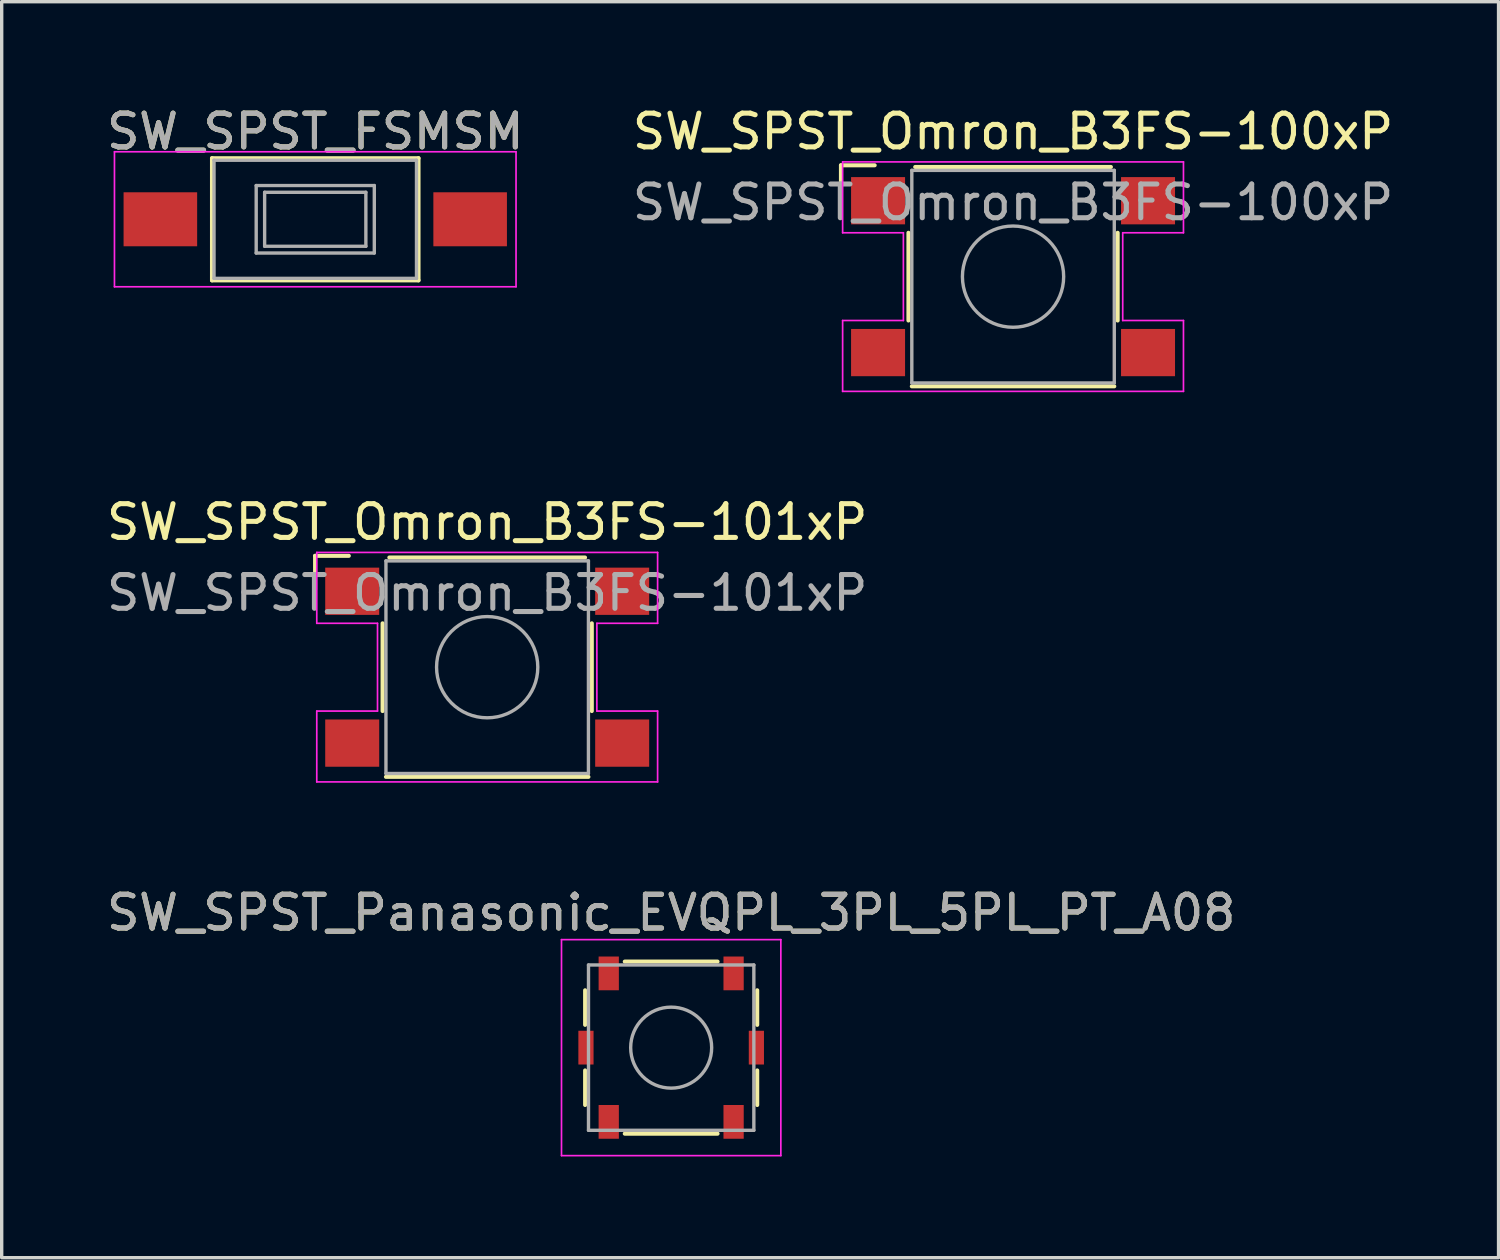
<source format=kicad_pcb>
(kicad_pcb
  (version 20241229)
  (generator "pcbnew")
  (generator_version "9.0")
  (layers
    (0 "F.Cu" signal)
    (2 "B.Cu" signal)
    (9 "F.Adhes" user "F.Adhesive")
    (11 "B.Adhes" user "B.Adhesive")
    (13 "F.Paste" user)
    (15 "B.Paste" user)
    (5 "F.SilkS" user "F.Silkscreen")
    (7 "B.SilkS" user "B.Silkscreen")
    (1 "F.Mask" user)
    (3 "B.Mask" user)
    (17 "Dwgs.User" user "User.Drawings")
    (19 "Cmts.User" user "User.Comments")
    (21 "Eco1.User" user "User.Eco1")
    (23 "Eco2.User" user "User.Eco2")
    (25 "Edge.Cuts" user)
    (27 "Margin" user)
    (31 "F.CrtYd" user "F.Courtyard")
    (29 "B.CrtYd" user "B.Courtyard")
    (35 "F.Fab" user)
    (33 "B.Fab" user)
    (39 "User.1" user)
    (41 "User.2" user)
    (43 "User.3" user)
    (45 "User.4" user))
  (footprint "SW_SPST_Omron_B3FS-100xP"
    (layer "F.Cu")
    (at 26.97 5.148)
    (property "Reference" "SW_SPST_Omron_B3FS-100xP" (at 0 -4.3 0) (layer "F.SilkS") (effects (font (size 1 1) (thickness 0.15))))
    (attr smd)
    (fp_line (start -5.1 -3.3) (end -4.1 -3.3) (stroke (width 0.12) (type solid)) (layer "F.SilkS"))
    (fp_line (start -5.1 -2.3) (end -5.1 -3.3) (stroke (width 0.12) (type solid)) (layer "F.SilkS"))
    (fp_line (start -3.1 -1.3) (end -3.1 1.3) (stroke (width 0.12) (type solid)) (layer "F.SilkS"))
    (fp_line (start 2.9 -3.25) (end -2.9 -3.25) (stroke (width 0.12) (type solid)) (layer "F.SilkS"))
    (fp_line (start 3 3.25) (end -3 3.25) (stroke (width 0.12) (type solid)) (layer "F.SilkS"))
    (fp_line (start 3.1 -1.3) (end 3.1 1.3) (stroke (width 0.12) (type solid)) (layer "F.SilkS"))
    (fp_line (start -5.05 -3.4) (end 5.05 -3.4) (stroke (width 0.05) (type solid)) (layer "F.CrtYd"))
    (fp_line (start -5.05 -1.3) (end -5.05 -3.4) (stroke (width 0.05) (type solid)) (layer "F.CrtYd"))
    (fp_line (start -5.05 1.3) (end -3.25 1.3) (stroke (width 0.05) (type solid)) (layer "F.CrtYd"))
    (fp_line (start -5.05 3.4) (end -5.05 1.3) (stroke (width 0.05) (type solid)) (layer "F.CrtYd"))
    (fp_line (start -3.25 -1.3) (end -5.05 -1.3) (stroke (width 0.05) (type solid)) (layer "F.CrtYd"))
    (fp_line (start -3.25 1.3) (end -3.25 -1.3) (stroke (width 0.05) (type solid)) (layer "F.CrtYd"))
    (fp_line (start 3.25 -1.3) (end 3.25 1.3) (stroke (width 0.05) (type solid)) (layer "F.CrtYd"))
    (fp_line (start 3.25 1.3) (end 5.05 1.3) (stroke (width 0.05) (type solid)) (layer "F.CrtYd"))
    (fp_line (start 5.05 -3.4) (end 5.05 -1.3) (stroke (width 0.05) (type solid)) (layer "F.CrtYd"))
    (fp_line (start 5.05 -1.3) (end 3.25 -1.3) (stroke (width 0.05) (type solid)) (layer "F.CrtYd"))
    (fp_line (start 5.05 1.3) (end 5.05 3.4) (stroke (width 0.05) (type solid)) (layer "F.CrtYd"))
    (fp_line (start 5.05 3.4) (end -5.05 3.4) (stroke (width 0.05) (type solid)) (layer "F.CrtYd"))
    (fp_line (start -3 -3.15) (end 3 -3.15) (stroke (width 0.1) (type solid)) (layer "F.Fab"))
    (fp_line (start -3 3.15) (end -3 -3.15) (stroke (width 0.1) (type solid)) (layer "F.Fab"))
    (fp_line (start 3 -3.15) (end 3 3.15) (stroke (width 0.1) (type solid)) (layer "F.Fab"))
    (fp_line (start 3 3.15) (end -3 3.15) (stroke (width 0.1) (type solid)) (layer "F.Fab"))
    (fp_circle (center 0 0) (end 1.5 0) (stroke (width 0.1) (type solid)) (fill no) (layer "F.Fab"))
    (fp_text user "${REFERENCE}" (at 0 -2.2 0) (layer "F.Fab") (effects (font (size 1 1) (thickness 0.15))))
    (pad "1" smd rect (at -4 -2.25 180) (size 1.6 1.4) (layers "F.Cu" "F.Mask" "F.Paste"))
    (pad "1" smd rect (at 4 -2.25 180) (size 1.6 1.4) (layers "F.Cu" "F.Mask" "F.Paste"))
    (pad "2" smd rect (at -4 2.25 180) (size 1.6 1.4) (layers "F.Cu" "F.Mask" "F.Paste"))
    (pad "2" smd rect (at 4 2.25 180) (size 1.6 1.4) (layers "F.Cu" "F.Mask" "F.Paste")))
  (footprint "SW_SPST_Panasonic_EVQPL_3PL_5PL_PT_A08"
    (layer "F.Cu")
    (at 16.839 27.995)
    (property "Reference" "SW_SPST_Panasonic_EVQPL_3PL_5PL_PT_A08" (at 0 -4 0) (layer "F.SilkS") (effects (font (size 1 1) (thickness 0.15))))
    (attr smd)
    (fp_line (start -2.55 -1.7) (end -2.55 -0.675) (stroke (width 0.12) (type solid)) (layer "F.SilkS"))
    (fp_line (start -2.55 0.675) (end -2.55 1.7) (stroke (width 0.12) (type solid)) (layer "F.SilkS"))
    (fp_line (start -1.375 -2.55) (end 1.375 -2.55) (stroke (width 0.12) (type solid)) (layer "F.SilkS"))
    (fp_line (start -1.375 2.55) (end 1.375 2.55) (stroke (width 0.12) (type solid)) (layer "F.SilkS"))
    (fp_line (start 2.55 -1.7) (end 2.55 -0.675) (stroke (width 0.12) (type solid)) (layer "F.SilkS"))
    (fp_line (start 2.55 0.675) (end 2.55 1.7) (stroke (width 0.12) (type solid)) (layer "F.SilkS"))
    (fp_line (start -3.25 -3.2) (end 3.25 -3.2) (stroke (width 0.05) (type solid)) (layer "F.CrtYd"))
    (fp_line (start -3.25 3.2) (end -3.25 -3.2) (stroke (width 0.05) (type solid)) (layer "F.CrtYd"))
    (fp_line (start -3.25 3.2) (end 3.25 3.2) (stroke (width 0.05) (type solid)) (layer "F.CrtYd"))
    (fp_line (start 3.25 3.2) (end 3.25 -3.2) (stroke (width 0.05) (type solid)) (layer "F.CrtYd"))
    (fp_line (start -2.45 -2.45) (end -2.45 2.45) (stroke (width 0.1) (type solid)) (layer "F.Fab"))
    (fp_line (start -2.45 -2.45) (end 2.45 -2.45) (stroke (width 0.1) (type solid)) (layer "F.Fab"))
    (fp_line (start 2.45 -2.45) (end 2.45 2.45) (stroke (width 0.1) (type solid)) (layer "F.Fab"))
    (fp_line (start 2.45 2.45) (end -2.45 2.45) (stroke (width 0.1) (type solid)) (layer "F.Fab"))
    (fp_circle (center 0 0) (end 1.2 0) (stroke (width 0.1) (type solid)) (fill no) (layer "F.Fab"))
    (fp_text user "${REFERENCE}" (at 0 -4 0) (layer "F.Fab") (effects (font (size 1 1) (thickness 0.15))))
    (pad "0" smd rect (at -2.525 0) (size 0.45 1) (layers "F.Cu" "F.Mask" "F.Paste"))
    (pad "0" smd rect (at 2.525 0) (size 0.45 1) (layers "F.Cu" "F.Mask" "F.Paste"))
    (pad "1" smd rect (at -1.85 -2.2) (size 0.6 1) (layers "F.Cu" "F.Mask" "F.Paste"))
    (pad "1" smd rect (at -1.85 2.2) (size 0.6 1) (layers "F.Cu" "F.Mask" "F.Paste"))
    (pad "2" smd rect (at 1.85 -2.2) (size 0.6 1) (layers "F.Cu" "F.Mask" "F.Paste"))
    (pad "2" smd rect (at 1.85 2.2) (size 0.6 1) (layers "F.Cu" "F.Mask" "F.Paste")))
  (footprint "SW_SPST_FSMSM"
    (layer "F.Cu")
    (at 6.292 3.448)
    (property "Reference" "SW_SPST_FSMSM" (at 0 -2.6 0) (layer "F.SilkS") (effects (font (size 1 1) (thickness 0.15))))
    (attr smd)
    (fp_line (start -3.06 -1.81) (end 3.06 -1.81) (stroke (width 0.12) (type solid)) (layer "F.SilkS"))
    (fp_line (start -3.06 1.81) (end -3.06 -1.81) (stroke (width 0.12) (type solid)) (layer "F.SilkS"))
    (fp_line (start 3.06 -1.81) (end 3.06 1.81) (stroke (width 0.12) (type solid)) (layer "F.SilkS"))
    (fp_line (start 3.06 1.81) (end -3.06 1.81) (stroke (width 0.12) (type solid)) (layer "F.SilkS"))
    (fp_line (start -5.95 -2) (end -5.95 2) (stroke (width 0.05) (type solid)) (layer "F.CrtYd"))
    (fp_line (start -5.95 -2) (end 5.95 -2) (stroke (width 0.05) (type solid)) (layer "F.CrtYd"))
    (fp_line (start -5.95 2) (end 5.95 2) (stroke (width 0.05) (type solid)) (layer "F.CrtYd"))
    (fp_line (start 5.95 -2) (end 5.95 2) (stroke (width 0.05) (type solid)) (layer "F.CrtYd"))
    (fp_line (start -3 -1.75) (end -3 1.75) (stroke (width 0.1) (type solid)) (layer "F.Fab"))
    (fp_line (start -3 -1.75) (end 3 -1.75) (stroke (width 0.1) (type solid)) (layer "F.Fab"))
    (fp_line (start -3 1.75) (end 3 1.75) (stroke (width 0.1) (type solid)) (layer "F.Fab"))
    (fp_line (start -1.75 -1) (end 1.75 -1) (stroke (width 0.1) (type solid)) (layer "F.Fab"))
    (fp_line (start -1.75 1) (end -1.75 -1) (stroke (width 0.1) (type solid)) (layer "F.Fab"))
    (fp_line (start -1.5 -0.8) (end -1.5 0.8) (stroke (width 0.1) (type solid)) (layer "F.Fab"))
    (fp_line (start -1.5 -0.8) (end 1.5 -0.8) (stroke (width 0.1) (type solid)) (layer "F.Fab"))
    (fp_line (start -1.5 0.8) (end 1.5 0.8) (stroke (width 0.1) (type solid)) (layer "F.Fab"))
    (fp_line (start 1.5 -0.8) (end 1.5 0.8) (stroke (width 0.1) (type solid)) (layer "F.Fab"))
    (fp_line (start 1.75 -1) (end 1.75 1) (stroke (width 0.1) (type solid)) (layer "F.Fab"))
    (fp_line (start 1.75 1) (end -1.75 1) (stroke (width 0.1) (type solid)) (layer "F.Fab"))
    (fp_line (start 3 -1.75) (end 3 1.75) (stroke (width 0.1) (type solid)) (layer "F.Fab"))
    (fp_text user "${REFERENCE}" (at 0 -2.6 0) (layer "F.Fab") (effects (font (size 1 1) (thickness 0.15))))
    (pad "1" smd rect (at -4.59 0) (size 2.18 1.6) (layers "F.Cu" "F.Mask" "F.Paste"))
    (pad "2" smd rect (at 4.59 0) (size 2.18 1.6) (layers "F.Cu" "F.Mask" "F.Paste")))
  (footprint "SW_SPST_Omron_B3FS-101xP"
    (layer "F.Cu")
    (at 11.387 16.721)
    (property "Reference" "SW_SPST_Omron_B3FS-101xP" (at 0 -4.3 0) (layer "F.SilkS") (effects (font (size 1 1) (thickness 0.15))))
    (attr smd)
    (fp_line (start -5.1 -3.3) (end -4.1 -3.3) (stroke (width 0.12) (type solid)) (layer "F.SilkS"))
    (fp_line (start -5.1 -2.3) (end -5.1 -3.3) (stroke (width 0.12) (type solid)) (layer "F.SilkS"))
    (fp_line (start -3.1 -1.3) (end -3.1 1.3) (stroke (width 0.12) (type solid)) (layer "F.SilkS"))
    (fp_line (start 2.9 -3.25) (end -2.9 -3.25) (stroke (width 0.12) (type solid)) (layer "F.SilkS"))
    (fp_line (start 3 3.25) (end -3 3.25) (stroke (width 0.12) (type solid)) (layer "F.SilkS"))
    (fp_line (start 3.1 -1.3) (end 3.1 1.3) (stroke (width 0.12) (type solid)) (layer "F.SilkS"))
    (fp_line (start -5.05 -3.4) (end 5.05 -3.4) (stroke (width 0.05) (type solid)) (layer "F.CrtYd"))
    (fp_line (start -5.05 -1.3) (end -5.05 -3.4) (stroke (width 0.05) (type solid)) (layer "F.CrtYd"))
    (fp_line (start -5.05 1.3) (end -3.25 1.3) (stroke (width 0.05) (type solid)) (layer "F.CrtYd"))
    (fp_line (start -5.05 3.4) (end -5.05 1.3) (stroke (width 0.05) (type solid)) (layer "F.CrtYd"))
    (fp_line (start -3.25 -1.3) (end -5.05 -1.3) (stroke (width 0.05) (type solid)) (layer "F.CrtYd"))
    (fp_line (start -3.25 1.3) (end -3.25 -1.3) (stroke (width 0.05) (type solid)) (layer "F.CrtYd"))
    (fp_line (start 3.25 -1.3) (end 3.25 1.3) (stroke (width 0.05) (type solid)) (layer "F.CrtYd"))
    (fp_line (start 3.25 1.3) (end 5.05 1.3) (stroke (width 0.05) (type solid)) (layer "F.CrtYd"))
    (fp_line (start 5.05 -3.4) (end 5.05 -1.3) (stroke (width 0.05) (type solid)) (layer "F.CrtYd"))
    (fp_line (start 5.05 -1.3) (end 3.25 -1.3) (stroke (width 0.05) (type solid)) (layer "F.CrtYd"))
    (fp_line (start 5.05 1.3) (end 5.05 3.4) (stroke (width 0.05) (type solid)) (layer "F.CrtYd"))
    (fp_line (start 5.05 3.4) (end -5.05 3.4) (stroke (width 0.05) (type solid)) (layer "F.CrtYd"))
    (fp_line (start -3 -3.15) (end 3 -3.15) (stroke (width 0.1) (type solid)) (layer "F.Fab"))
    (fp_line (start -3 3.15) (end -3 -3.15) (stroke (width 0.1) (type solid)) (layer "F.Fab"))
    (fp_line (start 3 -3.15) (end 3 3.15) (stroke (width 0.1) (type solid)) (layer "F.Fab"))
    (fp_line (start 3 3.15) (end -3 3.15) (stroke (width 0.1) (type solid)) (layer "F.Fab"))
    (fp_circle (center 0 0) (end 1.5 0) (stroke (width 0.1) (type solid)) (fill no) (layer "F.Fab"))
    (fp_text user "${REFERENCE}" (at 0 -2.2 0) (layer "F.Fab") (effects (font (size 1 1) (thickness 0.15))))
    (pad "1" smd rect (at -4 -2.25 180) (size 1.6 1.4) (layers "F.Cu" "F.Mask" "F.Paste"))
    (pad "1" smd rect (at 4 -2.25 180) (size 1.6 1.4) (layers "F.Cu" "F.Mask" "F.Paste"))
    (pad "2" smd rect (at -4 2.25 180) (size 1.6 1.4) (layers "F.Cu" "F.Mask" "F.Paste"))
    (pad "2" smd rect (at 4 2.25 180) (size 1.6 1.4) (layers "F.Cu" "F.Mask" "F.Paste")))
  (gr_rect
    (start -3 -3)
    (end 41.357 34.22)
    (stroke (width 0.1) (type default))
    (fill no)
    (layer "Edge.Cuts")))
</source>
